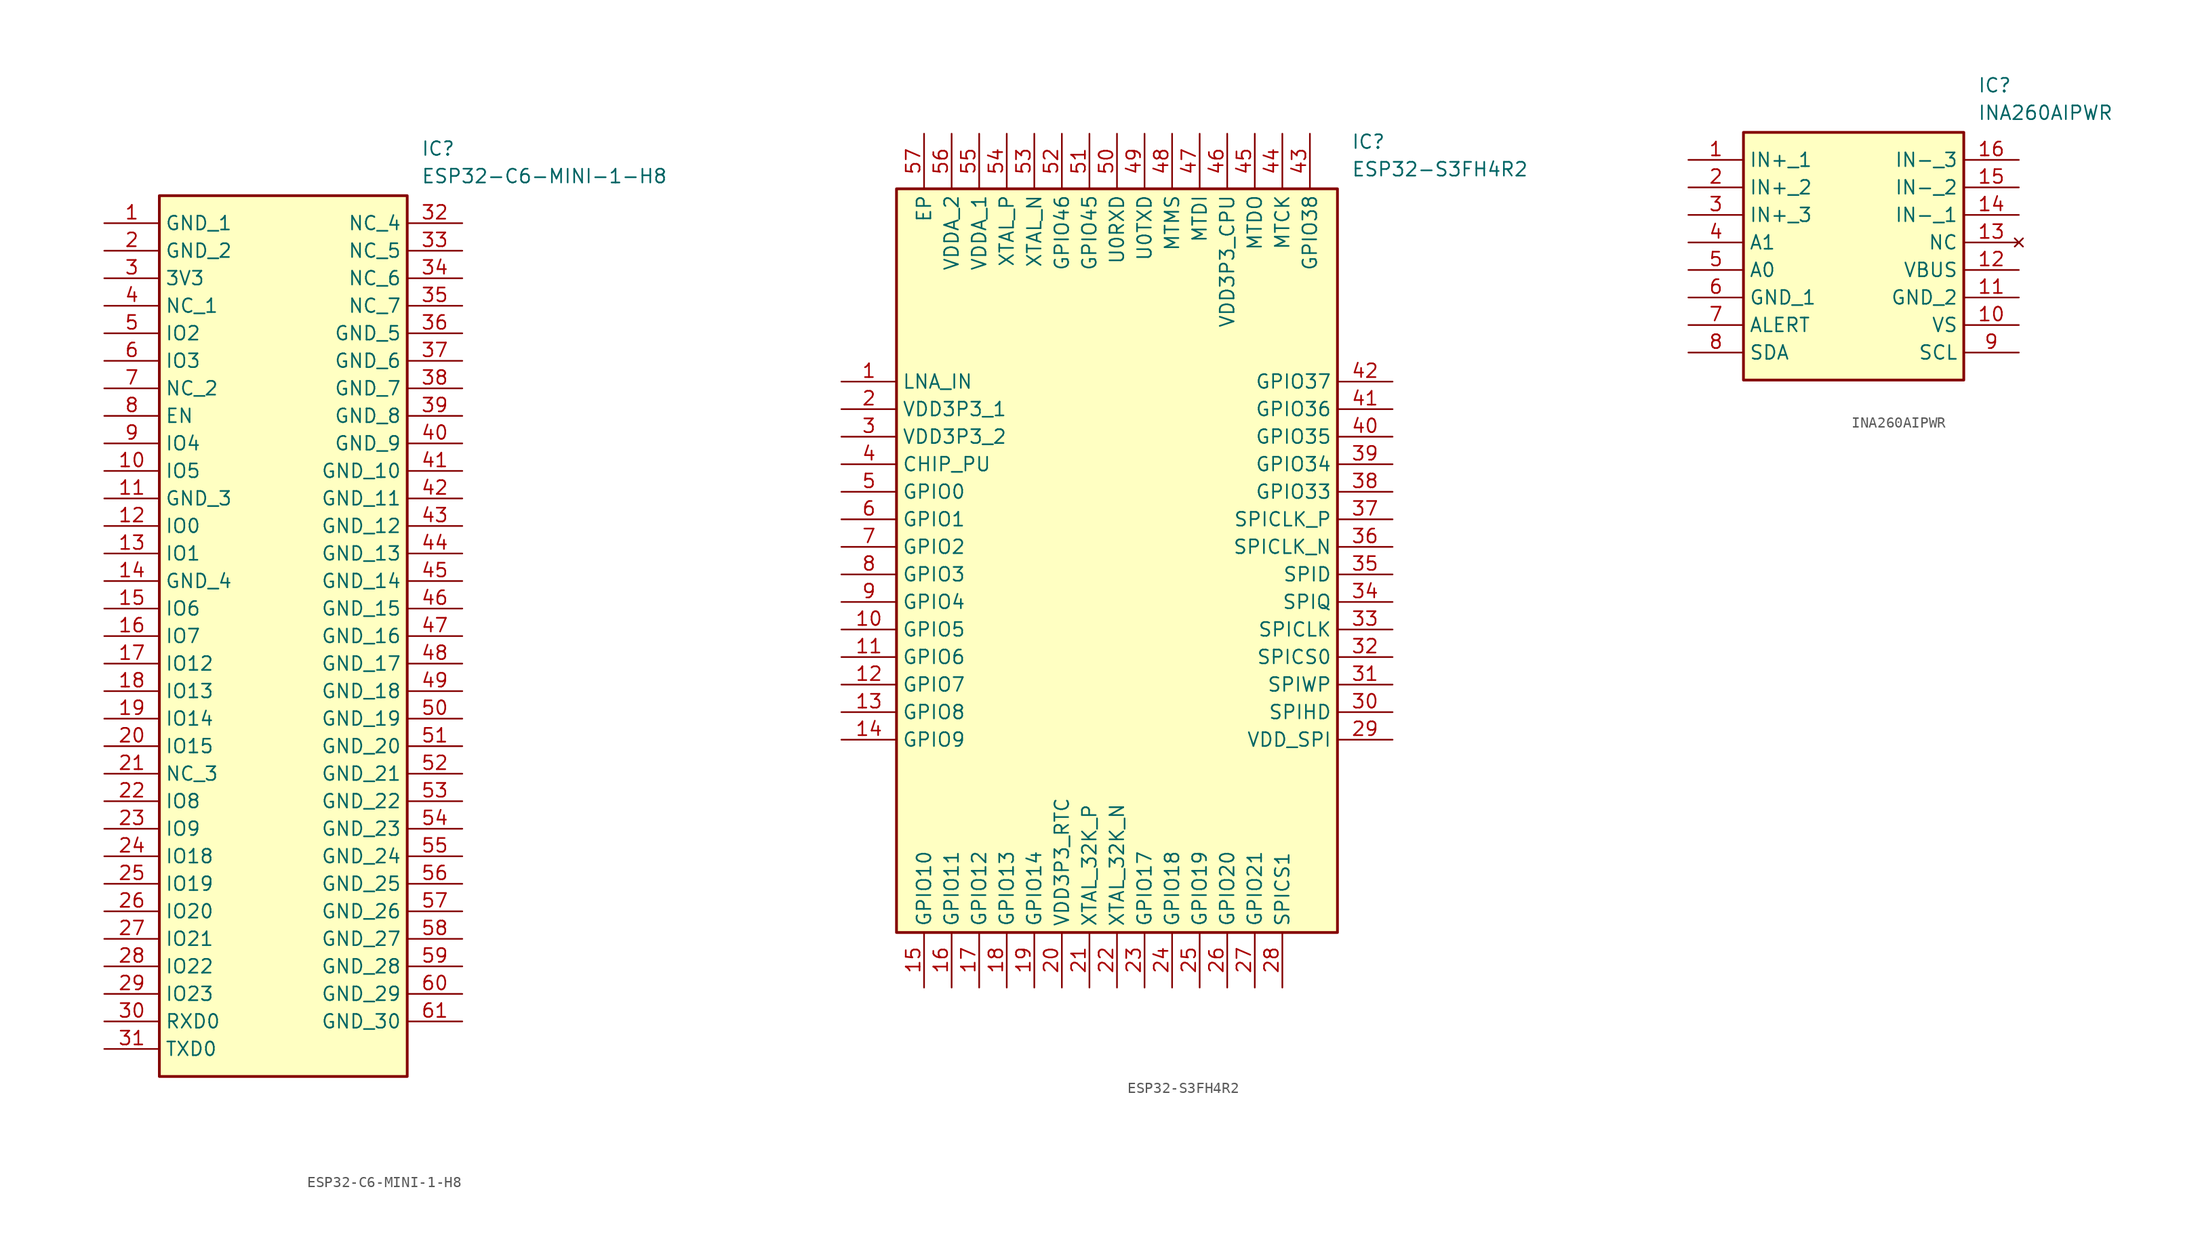
<source format=kicad_sym>
(kicad_symbol_lib
  (version 20241209)
  (generator "kicad_symbol_editor")
  (generator_version "9.0")
  (symbol "ESP32-C6-MINI-1-H8"
    (property "Reference" "IC"
      (at 29.21 7.62 0)
      (effects (font (size 1.27 1.27)) (justify left top)))
    (property "Value" "ESP32-C6-MINI-1-H8"
      (at 29.21 5.08 0)
      (effects (font (size 1.27 1.27)) (justify left top)))
    (symbol "ESP32-C6-MINI-1-H8_1_1"
      (rectangle (start 5.08 2.54) (end 27.94 -78.74) (stroke (width 0.254) (type default)) (fill (type background)))
      (pin passive line (at 0 0 0) (length 5.08) (name "GND_1" (effects (font (size 1.27 1.27)))) (number "1" (effects (font (size 1.27 1.27)))))
      (pin passive line (at 0 -2.54 0) (length 5.08) (name "GND_2" (effects (font (size 1.27 1.27)))) (number "2" (effects (font (size 1.27 1.27)))))
      (pin passive line (at 0 -5.08 0) (length 5.08) (name "3V3" (effects (font (size 1.27 1.27)))) (number "3" (effects (font (size 1.27 1.27)))))
      (pin passive line (at 0 -7.62 0) (length 5.08) (name "NC_1" (effects (font (size 1.27 1.27)))) (number "4" (effects (font (size 1.27 1.27)))))
      (pin passive line (at 0 -10.16 0) (length 5.08) (name "IO2" (effects (font (size 1.27 1.27)))) (number "5" (effects (font (size 1.27 1.27)))))
      (pin passive line (at 0 -12.7 0) (length 5.08) (name "IO3" (effects (font (size 1.27 1.27)))) (number "6" (effects (font (size 1.27 1.27)))))
      (pin passive line (at 0 -15.24 0) (length 5.08) (name "NC_2" (effects (font (size 1.27 1.27)))) (number "7" (effects (font (size 1.27 1.27)))))
      (pin passive line (at 0 -17.78 0) (length 5.08) (name "EN" (effects (font (size 1.27 1.27)))) (number "8" (effects (font (size 1.27 1.27)))))
      (pin passive line (at 0 -20.32 0) (length 5.08) (name "IO4" (effects (font (size 1.27 1.27)))) (number "9" (effects (font (size 1.27 1.27)))))
      (pin passive line (at 0 -22.86 0) (length 5.08) (name "IO5" (effects (font (size 1.27 1.27)))) (number "10" (effects (font (size 1.27 1.27)))))
      (pin passive line (at 0 -25.4 0) (length 5.08) (name "GND_3" (effects (font (size 1.27 1.27)))) (number "11" (effects (font (size 1.27 1.27)))))
      (pin passive line (at 0 -27.94 0) (length 5.08) (name "IO0" (effects (font (size 1.27 1.27)))) (number "12" (effects (font (size 1.27 1.27)))))
      (pin passive line (at 0 -30.48 0) (length 5.08) (name "IO1" (effects (font (size 1.27 1.27)))) (number "13" (effects (font (size 1.27 1.27)))))
      (pin passive line (at 0 -33.02 0) (length 5.08) (name "GND_4" (effects (font (size 1.27 1.27)))) (number "14" (effects (font (size 1.27 1.27)))))
      (pin passive line (at 0 -35.56 0) (length 5.08) (name "IO6" (effects (font (size 1.27 1.27)))) (number "15" (effects (font (size 1.27 1.27)))))
      (pin passive line (at 0 -38.1 0) (length 5.08) (name "IO7" (effects (font (size 1.27 1.27)))) (number "16" (effects (font (size 1.27 1.27)))))
      (pin passive line (at 0 -40.64 0) (length 5.08) (name "IO12" (effects (font (size 1.27 1.27)))) (number "17" (effects (font (size 1.27 1.27)))))
      (pin passive line (at 0 -43.18 0) (length 5.08) (name "IO13" (effects (font (size 1.27 1.27)))) (number "18" (effects (font (size 1.27 1.27)))))
      (pin passive line (at 0 -45.72 0) (length 5.08) (name "IO14" (effects (font (size 1.27 1.27)))) (number "19" (effects (font (size 1.27 1.27)))))
      (pin passive line (at 0 -48.26 0) (length 5.08) (name "IO15" (effects (font (size 1.27 1.27)))) (number "20" (effects (font (size 1.27 1.27)))))
      (pin passive line (at 0 -50.8 0) (length 5.08) (name "NC_3" (effects (font (size 1.27 1.27)))) (number "21" (effects (font (size 1.27 1.27)))))
      (pin passive line (at 0 -53.34 0) (length 5.08) (name "IO8" (effects (font (size 1.27 1.27)))) (number "22" (effects (font (size 1.27 1.27)))))
      (pin passive line (at 0 -55.88 0) (length 5.08) (name "IO9" (effects (font (size 1.27 1.27)))) (number "23" (effects (font (size 1.27 1.27)))))
      (pin passive line (at 0 -58.42 0) (length 5.08) (name "IO18" (effects (font (size 1.27 1.27)))) (number "24" (effects (font (size 1.27 1.27)))))
      (pin passive line (at 0 -60.96 0) (length 5.08) (name "IO19" (effects (font (size 1.27 1.27)))) (number "25" (effects (font (size 1.27 1.27)))))
      (pin passive line (at 0 -63.5 0) (length 5.08) (name "IO20" (effects (font (size 1.27 1.27)))) (number "26" (effects (font (size 1.27 1.27)))))
      (pin passive line (at 0 -66.04 0) (length 5.08) (name "IO21" (effects (font (size 1.27 1.27)))) (number "27" (effects (font (size 1.27 1.27)))))
      (pin passive line (at 0 -68.58 0) (length 5.08) (name "IO22" (effects (font (size 1.27 1.27)))) (number "28" (effects (font (size 1.27 1.27)))))
      (pin passive line (at 0 -71.12 0) (length 5.08) (name "IO23" (effects (font (size 1.27 1.27)))) (number "29" (effects (font (size 1.27 1.27)))))
      (pin passive line (at 0 -73.66 0) (length 5.08) (name "RXD0" (effects (font (size 1.27 1.27)))) (number "30" (effects (font (size 1.27 1.27)))))
      (pin passive line (at 0 -76.2 0) (length 5.08) (name "TXD0" (effects (font (size 1.27 1.27)))) (number "31" (effects (font (size 1.27 1.27)))))
      (pin passive line (at 33.02 0 180) (length 5.08) (name "NC_4" (effects (font (size 1.27 1.27)))) (number "32" (effects (font (size 1.27 1.27)))))
      (pin passive line (at 33.02 -2.54 180) (length 5.08) (name "NC_5" (effects (font (size 1.27 1.27)))) (number "33" (effects (font (size 1.27 1.27)))))
      (pin passive line (at 33.02 -5.08 180) (length 5.08) (name "NC_6" (effects (font (size 1.27 1.27)))) (number "34" (effects (font (size 1.27 1.27)))))
      (pin passive line (at 33.02 -7.62 180) (length 5.08) (name "NC_7" (effects (font (size 1.27 1.27)))) (number "35" (effects (font (size 1.27 1.27)))))
      (pin passive line (at 33.02 -10.16 180) (length 5.08) (name "GND_5" (effects (font (size 1.27 1.27)))) (number "36" (effects (font (size 1.27 1.27)))))
      (pin passive line (at 33.02 -12.7 180) (length 5.08) (name "GND_6" (effects (font (size 1.27 1.27)))) (number "37" (effects (font (size 1.27 1.27)))))
      (pin passive line (at 33.02 -15.24 180) (length 5.08) (name "GND_7" (effects (font (size 1.27 1.27)))) (number "38" (effects (font (size 1.27 1.27)))))
      (pin passive line (at 33.02 -17.78 180) (length 5.08) (name "GND_8" (effects (font (size 1.27 1.27)))) (number "39" (effects (font (size 1.27 1.27)))))
      (pin passive line (at 33.02 -20.32 180) (length 5.08) (name "GND_9" (effects (font (size 1.27 1.27)))) (number "40" (effects (font (size 1.27 1.27)))))
      (pin passive line (at 33.02 -22.86 180) (length 5.08) (name "GND_10" (effects (font (size 1.27 1.27)))) (number "41" (effects (font (size 1.27 1.27)))))
      (pin passive line (at 33.02 -25.4 180) (length 5.08) (name "GND_11" (effects (font (size 1.27 1.27)))) (number "42" (effects (font (size 1.27 1.27)))))
      (pin passive line (at 33.02 -27.94 180) (length 5.08) (name "GND_12" (effects (font (size 1.27 1.27)))) (number "43" (effects (font (size 1.27 1.27)))))
      (pin passive line (at 33.02 -30.48 180) (length 5.08) (name "GND_13" (effects (font (size 1.27 1.27)))) (number "44" (effects (font (size 1.27 1.27)))))
      (pin passive line (at 33.02 -33.02 180) (length 5.08) (name "GND_14" (effects (font (size 1.27 1.27)))) (number "45" (effects (font (size 1.27 1.27)))))
      (pin passive line (at 33.02 -35.56 180) (length 5.08) (name "GND_15" (effects (font (size 1.27 1.27)))) (number "46" (effects (font (size 1.27 1.27)))))
      (pin passive line (at 33.02 -38.1 180) (length 5.08) (name "GND_16" (effects (font (size 1.27 1.27)))) (number "47" (effects (font (size 1.27 1.27)))))
      (pin passive line (at 33.02 -40.64 180) (length 5.08) (name "GND_17" (effects (font (size 1.27 1.27)))) (number "48" (effects (font (size 1.27 1.27)))))
      (pin passive line (at 33.02 -43.18 180) (length 5.08) (name "GND_18" (effects (font (size 1.27 1.27)))) (number "49" (effects (font (size 1.27 1.27)))))
      (pin passive line (at 33.02 -45.72 180) (length 5.08) (name "GND_19" (effects (font (size 1.27 1.27)))) (number "50" (effects (font (size 1.27 1.27)))))
      (pin passive line (at 33.02 -48.26 180) (length 5.08) (name "GND_20" (effects (font (size 1.27 1.27)))) (number "51" (effects (font (size 1.27 1.27)))))
      (pin passive line (at 33.02 -50.8 180) (length 5.08) (name "GND_21" (effects (font (size 1.27 1.27)))) (number "52" (effects (font (size 1.27 1.27)))))
      (pin passive line (at 33.02 -53.34 180) (length 5.08) (name "GND_22" (effects (font (size 1.27 1.27)))) (number "53" (effects (font (size 1.27 1.27)))))
      (pin passive line (at 33.02 -55.88 180) (length 5.08) (name "GND_23" (effects (font (size 1.27 1.27)))) (number "54" (effects (font (size 1.27 1.27)))))
      (pin passive line (at 33.02 -58.42 180) (length 5.08) (name "GND_24" (effects (font (size 1.27 1.27)))) (number "55" (effects (font (size 1.27 1.27)))))
      (pin passive line (at 33.02 -60.96 180) (length 5.08) (name "GND_25" (effects (font (size 1.27 1.27)))) (number "56" (effects (font (size 1.27 1.27)))))
      (pin passive line (at 33.02 -63.5 180) (length 5.08) (name "GND_26" (effects (font (size 1.27 1.27)))) (number "57" (effects (font (size 1.27 1.27)))))
      (pin passive line (at 33.02 -66.04 180) (length 5.08) (name "GND_27" (effects (font (size 1.27 1.27)))) (number "58" (effects (font (size 1.27 1.27)))))
      (pin passive line (at 33.02 -68.58 180) (length 5.08) (name "GND_28" (effects (font (size 1.27 1.27)))) (number "59" (effects (font (size 1.27 1.27)))))
      (pin passive line (at 33.02 -71.12 180) (length 5.08) (name "GND_29" (effects (font (size 1.27 1.27)))) (number "60" (effects (font (size 1.27 1.27)))))
      (pin passive line (at 33.02 -73.66 180) (length 5.08) (name "GND_30" (effects (font (size 1.27 1.27)))) (number "61" (effects (font (size 1.27 1.27)))))))
  (symbol "ESP32-S3FH4R2"
    (property "Reference" "IC"
      (at 46.99 22.86 0)
      (effects (font (size 1.27 1.27)) (justify left top)))
    (property "Value" "ESP32-S3FH4R2"
      (at 46.99 20.32 0)
      (effects (font (size 1.27 1.27)) (justify left top)))
    (symbol "ESP32-S3FH4R2_1_1"
      (rectangle (start 5.08 17.78) (end 45.72 -50.8) (stroke (width 0.254) (type default)) (fill (type background)))
      (pin passive line (at 0 0 0) (length 5.08) (name "LNA_IN" (effects (font (size 1.27 1.27)))) (number "1" (effects (font (size 1.27 1.27)))))
      (pin passive line (at 0 -2.54 0) (length 5.08) (name "VDD3P3_1" (effects (font (size 1.27 1.27)))) (number "2" (effects (font (size 1.27 1.27)))))
      (pin passive line (at 0 -5.08 0) (length 5.08) (name "VDD3P3_2" (effects (font (size 1.27 1.27)))) (number "3" (effects (font (size 1.27 1.27)))))
      (pin passive line (at 0 -7.62 0) (length 5.08) (name "CHIP_PU" (effects (font (size 1.27 1.27)))) (number "4" (effects (font (size 1.27 1.27)))))
      (pin passive line (at 0 -10.16 0) (length 5.08) (name "GPIO0" (effects (font (size 1.27 1.27)))) (number "5" (effects (font (size 1.27 1.27)))))
      (pin passive line (at 0 -12.7 0) (length 5.08) (name "GPIO1" (effects (font (size 1.27 1.27)))) (number "6" (effects (font (size 1.27 1.27)))))
      (pin passive line (at 0 -15.24 0) (length 5.08) (name "GPIO2" (effects (font (size 1.27 1.27)))) (number "7" (effects (font (size 1.27 1.27)))))
      (pin passive line (at 0 -17.78 0) (length 5.08) (name "GPIO3" (effects (font (size 1.27 1.27)))) (number "8" (effects (font (size 1.27 1.27)))))
      (pin passive line (at 0 -20.32 0) (length 5.08) (name "GPIO4" (effects (font (size 1.27 1.27)))) (number "9" (effects (font (size 1.27 1.27)))))
      (pin passive line (at 0 -22.86 0) (length 5.08) (name "GPIO5" (effects (font (size 1.27 1.27)))) (number "10" (effects (font (size 1.27 1.27)))))
      (pin passive line (at 0 -25.4 0) (length 5.08) (name "GPIO6" (effects (font (size 1.27 1.27)))) (number "11" (effects (font (size 1.27 1.27)))))
      (pin passive line (at 0 -27.94 0) (length 5.08) (name "GPIO7" (effects (font (size 1.27 1.27)))) (number "12" (effects (font (size 1.27 1.27)))))
      (pin passive line (at 0 -30.48 0) (length 5.08) (name "GPIO8" (effects (font (size 1.27 1.27)))) (number "13" (effects (font (size 1.27 1.27)))))
      (pin passive line (at 0 -33.02 0) (length 5.08) (name "GPIO9" (effects (font (size 1.27 1.27)))) (number "14" (effects (font (size 1.27 1.27)))))
      (pin passive line (at 7.62 22.86 270) (length 5.08) (name "EP" (effects (font (size 1.27 1.27)))) (number "57" (effects (font (size 1.27 1.27)))))
      (pin passive line (at 7.62 -55.88 90) (length 5.08) (name "GPIO10" (effects (font (size 1.27 1.27)))) (number "15" (effects (font (size 1.27 1.27)))))
      (pin passive line (at 10.16 22.86 270) (length 5.08) (name "VDDA_2" (effects (font (size 1.27 1.27)))) (number "56" (effects (font (size 1.27 1.27)))))
      (pin passive line (at 10.16 -55.88 90) (length 5.08) (name "GPIO11" (effects (font (size 1.27 1.27)))) (number "16" (effects (font (size 1.27 1.27)))))
      (pin passive line (at 12.7 22.86 270) (length 5.08) (name "VDDA_1" (effects (font (size 1.27 1.27)))) (number "55" (effects (font (size 1.27 1.27)))))
      (pin passive line (at 12.7 -55.88 90) (length 5.08) (name "GPIO12" (effects (font (size 1.27 1.27)))) (number "17" (effects (font (size 1.27 1.27)))))
      (pin passive line (at 15.24 22.86 270) (length 5.08) (name "XTAL_P" (effects (font (size 1.27 1.27)))) (number "54" (effects (font (size 1.27 1.27)))))
      (pin passive line (at 15.24 -55.88 90) (length 5.08) (name "GPIO13" (effects (font (size 1.27 1.27)))) (number "18" (effects (font (size 1.27 1.27)))))
      (pin passive line (at 17.78 22.86 270) (length 5.08) (name "XTAL_N" (effects (font (size 1.27 1.27)))) (number "53" (effects (font (size 1.27 1.27)))))
      (pin passive line (at 17.78 -55.88 90) (length 5.08) (name "GPIO14" (effects (font (size 1.27 1.27)))) (number "19" (effects (font (size 1.27 1.27)))))
      (pin passive line (at 20.32 22.86 270) (length 5.08) (name "GPIO46" (effects (font (size 1.27 1.27)))) (number "52" (effects (font (size 1.27 1.27)))))
      (pin passive line (at 20.32 -55.88 90) (length 5.08) (name "VDD3P3_RTC" (effects (font (size 1.27 1.27)))) (number "20" (effects (font (size 1.27 1.27)))))
      (pin passive line (at 22.86 22.86 270) (length 5.08) (name "GPIO45" (effects (font (size 1.27 1.27)))) (number "51" (effects (font (size 1.27 1.27)))))
      (pin passive line (at 22.86 -55.88 90) (length 5.08) (name "XTAL_32K_P" (effects (font (size 1.27 1.27)))) (number "21" (effects (font (size 1.27 1.27)))))
      (pin passive line (at 25.4 22.86 270) (length 5.08) (name "U0RXD" (effects (font (size 1.27 1.27)))) (number "50" (effects (font (size 1.27 1.27)))))
      (pin passive line (at 25.4 -55.88 90) (length 5.08) (name "XTAL_32K_N" (effects (font (size 1.27 1.27)))) (number "22" (effects (font (size 1.27 1.27)))))
      (pin passive line (at 27.94 22.86 270) (length 5.08) (name "U0TXD" (effects (font (size 1.27 1.27)))) (number "49" (effects (font (size 1.27 1.27)))))
      (pin passive line (at 27.94 -55.88 90) (length 5.08) (name "GPIO17" (effects (font (size 1.27 1.27)))) (number "23" (effects (font (size 1.27 1.27)))))
      (pin passive line (at 30.48 22.86 270) (length 5.08) (name "MTMS" (effects (font (size 1.27 1.27)))) (number "48" (effects (font (size 1.27 1.27)))))
      (pin passive line (at 30.48 -55.88 90) (length 5.08) (name "GPIO18" (effects (font (size 1.27 1.27)))) (number "24" (effects (font (size 1.27 1.27)))))
      (pin passive line (at 33.02 22.86 270) (length 5.08) (name "MTDI" (effects (font (size 1.27 1.27)))) (number "47" (effects (font (size 1.27 1.27)))))
      (pin passive line (at 33.02 -55.88 90) (length 5.08) (name "GPIO19" (effects (font (size 1.27 1.27)))) (number "25" (effects (font (size 1.27 1.27)))))
      (pin passive line (at 35.56 22.86 270) (length 5.08) (name "VDD3P3_CPU" (effects (font (size 1.27 1.27)))) (number "46" (effects (font (size 1.27 1.27)))))
      (pin passive line (at 35.56 -55.88 90) (length 5.08) (name "GPIO20" (effects (font (size 1.27 1.27)))) (number "26" (effects (font (size 1.27 1.27)))))
      (pin passive line (at 38.1 22.86 270) (length 5.08) (name "MTDO" (effects (font (size 1.27 1.27)))) (number "45" (effects (font (size 1.27 1.27)))))
      (pin passive line (at 38.1 -55.88 90) (length 5.08) (name "GPIO21" (effects (font (size 1.27 1.27)))) (number "27" (effects (font (size 1.27 1.27)))))
      (pin passive line (at 40.64 22.86 270) (length 5.08) (name "MTCK" (effects (font (size 1.27 1.27)))) (number "44" (effects (font (size 1.27 1.27)))))
      (pin passive line (at 40.64 -55.88 90) (length 5.08) (name "SPICS1" (effects (font (size 1.27 1.27)))) (number "28" (effects (font (size 1.27 1.27)))))
      (pin passive line (at 43.18 22.86 270) (length 5.08) (name "GPIO38" (effects (font (size 1.27 1.27)))) (number "43" (effects (font (size 1.27 1.27)))))
      (pin passive line (at 50.8 0 180) (length 5.08) (name "GPIO37" (effects (font (size 1.27 1.27)))) (number "42" (effects (font (size 1.27 1.27)))))
      (pin passive line (at 50.8 -2.54 180) (length 5.08) (name "GPIO36" (effects (font (size 1.27 1.27)))) (number "41" (effects (font (size 1.27 1.27)))))
      (pin passive line (at 50.8 -5.08 180) (length 5.08) (name "GPIO35" (effects (font (size 1.27 1.27)))) (number "40" (effects (font (size 1.27 1.27)))))
      (pin passive line (at 50.8 -7.62 180) (length 5.08) (name "GPIO34" (effects (font (size 1.27 1.27)))) (number "39" (effects (font (size 1.27 1.27)))))
      (pin passive line (at 50.8 -10.16 180) (length 5.08) (name "GPIO33" (effects (font (size 1.27 1.27)))) (number "38" (effects (font (size 1.27 1.27)))))
      (pin passive line (at 50.8 -12.7 180) (length 5.08) (name "SPICLK_P" (effects (font (size 1.27 1.27)))) (number "37" (effects (font (size 1.27 1.27)))))
      (pin passive line (at 50.8 -15.24 180) (length 5.08) (name "SPICLK_N" (effects (font (size 1.27 1.27)))) (number "36" (effects (font (size 1.27 1.27)))))
      (pin passive line (at 50.8 -17.78 180) (length 5.08) (name "SPID" (effects (font (size 1.27 1.27)))) (number "35" (effects (font (size 1.27 1.27)))))
      (pin passive line (at 50.8 -20.32 180) (length 5.08) (name "SPIQ" (effects (font (size 1.27 1.27)))) (number "34" (effects (font (size 1.27 1.27)))))
      (pin passive line (at 50.8 -22.86 180) (length 5.08) (name "SPICLK" (effects (font (size 1.27 1.27)))) (number "33" (effects (font (size 1.27 1.27)))))
      (pin passive line (at 50.8 -25.4 180) (length 5.08) (name "SPICS0" (effects (font (size 1.27 1.27)))) (number "32" (effects (font (size 1.27 1.27)))))
      (pin passive line (at 50.8 -27.94 180) (length 5.08) (name "SPIWP" (effects (font (size 1.27 1.27)))) (number "31" (effects (font (size 1.27 1.27)))))
      (pin passive line (at 50.8 -30.48 180) (length 5.08) (name "SPIHD" (effects (font (size 1.27 1.27)))) (number "30" (effects (font (size 1.27 1.27)))))
      (pin passive line (at 50.8 -33.02 180) (length 5.08) (name "VDD_SPI" (effects (font (size 1.27 1.27)))) (number "29" (effects (font (size 1.27 1.27)))))))
  (symbol "INA260AIPWR"
    (property "Reference" "IC"
      (at 26.67 7.62 0)
      (effects (font (size 1.27 1.27)) (justify left top)))
    (property "Value" "INA260AIPWR"
      (at 26.67 5.08 0)
      (effects (font (size 1.27 1.27)) (justify left top)))
    (symbol "INA260AIPWR_1_1"
      (rectangle (start 5.08 2.54) (end 25.4 -20.32) (stroke (width 0.254) (type default)) (fill (type background)))
      (pin passive line (at 0 0 0) (length 5.08) (name "IN+_1" (effects (font (size 1.27 1.27)))) (number "1" (effects (font (size 1.27 1.27)))))
      (pin passive line (at 0 -2.54 0) (length 5.08) (name "IN+_2" (effects (font (size 1.27 1.27)))) (number "2" (effects (font (size 1.27 1.27)))))
      (pin passive line (at 0 -5.08 0) (length 5.08) (name "IN+_3" (effects (font (size 1.27 1.27)))) (number "3" (effects (font (size 1.27 1.27)))))
      (pin passive line (at 0 -7.62 0) (length 5.08) (name "A1" (effects (font (size 1.27 1.27)))) (number "4" (effects (font (size 1.27 1.27)))))
      (pin passive line (at 0 -10.16 0) (length 5.08) (name "A0" (effects (font (size 1.27 1.27)))) (number "5" (effects (font (size 1.27 1.27)))))
      (pin passive line (at 0 -12.7 0) (length 5.08) (name "GND_1" (effects (font (size 1.27 1.27)))) (number "6" (effects (font (size 1.27 1.27)))))
      (pin passive line (at 0 -15.24 0) (length 5.08) (name "ALERT" (effects (font (size 1.27 1.27)))) (number "7" (effects (font (size 1.27 1.27)))))
      (pin passive line (at 0 -17.78 0) (length 5.08) (name "SDA" (effects (font (size 1.27 1.27)))) (number "8" (effects (font (size 1.27 1.27)))))
      (pin passive line (at 30.48 0 180) (length 5.08) (name "IN-_3" (effects (font (size 1.27 1.27)))) (number "16" (effects (font (size 1.27 1.27)))))
      (pin passive line (at 30.48 -2.54 180) (length 5.08) (name "IN-_2" (effects (font (size 1.27 1.27)))) (number "15" (effects (font (size 1.27 1.27)))))
      (pin passive line (at 30.48 -5.08 180) (length 5.08) (name "IN-_1" (effects (font (size 1.27 1.27)))) (number "14" (effects (font (size 1.27 1.27)))))
      (pin no_connect line (at 30.48 -7.62 180) (length 5.08) (name "NC" (effects (font (size 1.27 1.27)))) (number "13" (effects (font (size 1.27 1.27)))))
      (pin passive line (at 30.48 -10.16 180) (length 5.08) (name "VBUS" (effects (font (size 1.27 1.27)))) (number "12" (effects (font (size 1.27 1.27)))))
      (pin passive line (at 30.48 -12.7 180) (length 5.08) (name "GND_2" (effects (font (size 1.27 1.27)))) (number "11" (effects (font (size 1.27 1.27)))))
      (pin passive line (at 30.48 -15.24 180) (length 5.08) (name "VS" (effects (font (size 1.27 1.27)))) (number "10" (effects (font (size 1.27 1.27)))))
      (pin passive line (at 30.48 -17.78 180) (length 5.08) (name "SCL" (effects (font (size 1.27 1.27)))) (number "9" (effects (font (size 1.27 1.27))))))))
</source>
